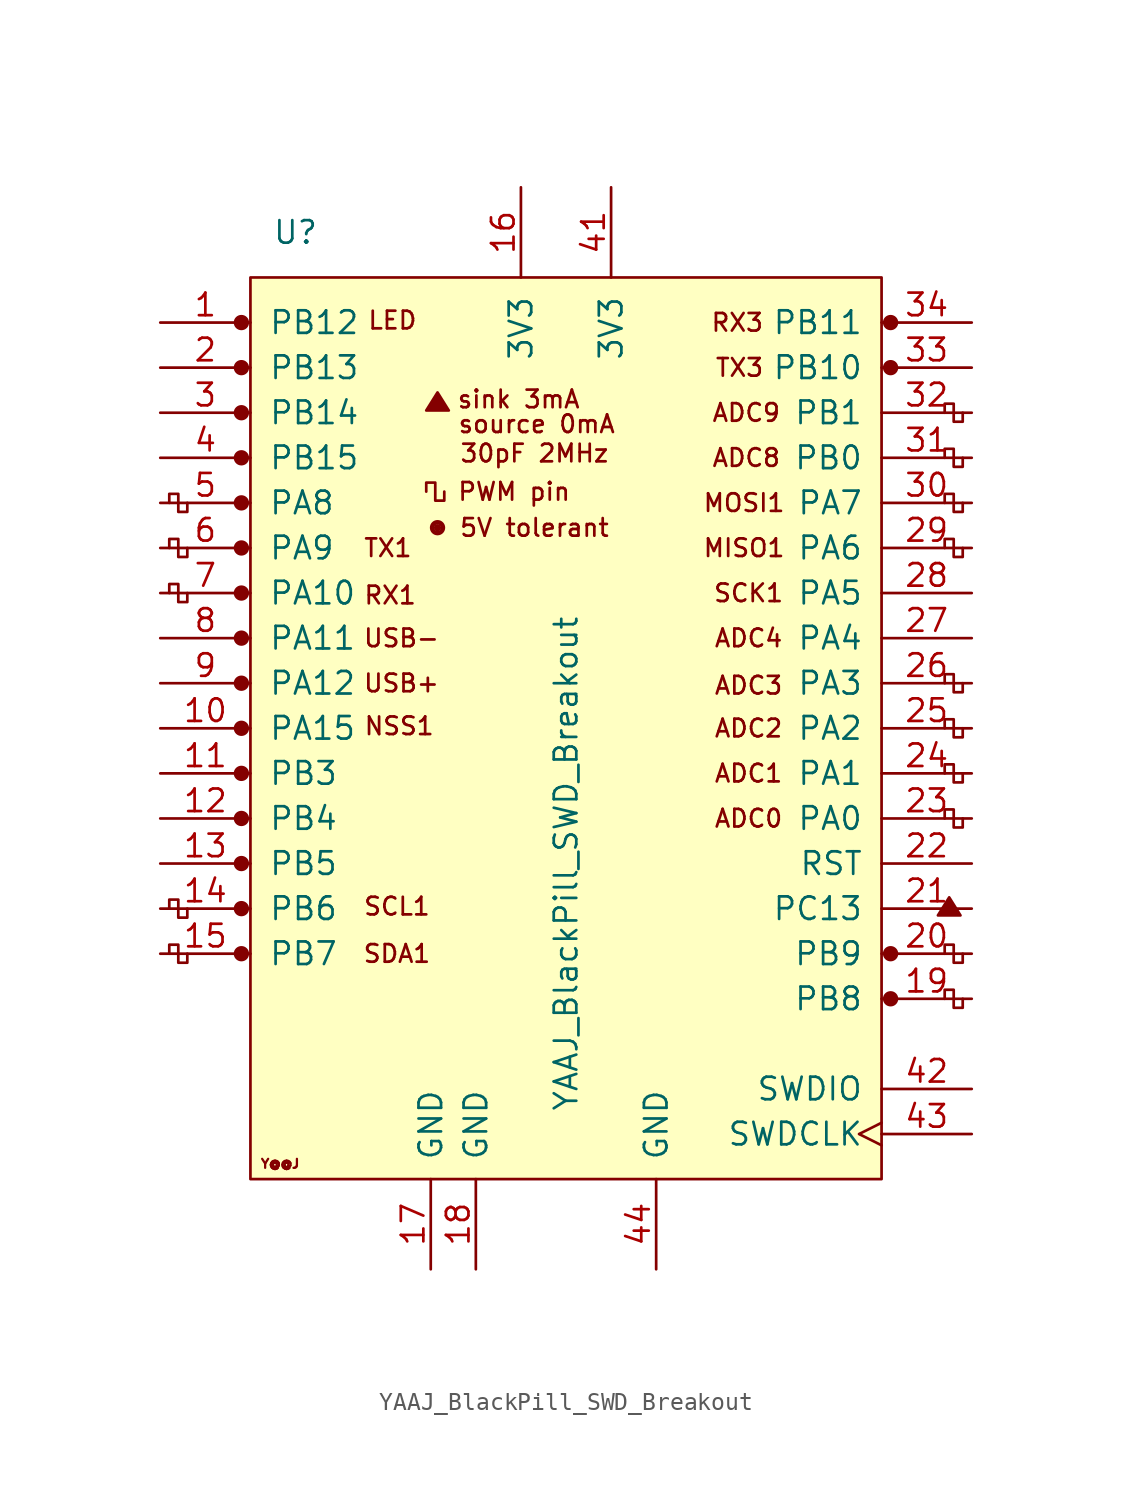
<source format=kicad_sym>
(kicad_symbol_lib
  (version 20201005)
  (generator kicad_symbol_editor)
  (symbol "MSAD2103:YAAJ_BlackPill_SWD_Breakout"
    (pin_names
      (offset 1.016))
    (property "Reference" "U"
      (at -15.24 27.94 0)
      (effects (font (size 1.27 1.27))))
    (property "Value" "YAAJ_BlackPill_SWD_Breakout"
      (at 0 -7.62 90)
      (effects (font (size 1.27 1.27))))
    (symbol "YAAJ_BlackPill_SWD_Breakout_0_0"
      (circle (center -7.239 11.303) (radius 0.254) (stroke (width 0)) (fill (type none)))
      (circle (center -7.239 11.303) (radius 0.356) (stroke (width 0)) (fill (type none)))
      (circle (center 18.288 20.32) (radius 0.356) (stroke (width 0)) (fill (type none)))
      (circle (center 18.288 22.86) (radius 0.356) (stroke (width 0)) (fill (type none)))
      (circle (center -18.288 -12.7) (radius 0.356) (stroke (width 0)) (fill (type outline)))
      (circle (center -18.288 -10.16) (radius 0.356) (stroke (width 0)) (fill (type outline)))
      (circle (center -18.288 -7.62) (radius 0.356) (stroke (width 0)) (fill (type outline)))
      (circle (center -18.288 -5.08) (radius 0.356) (stroke (width 0)) (fill (type outline)))
      (circle (center -18.288 -2.54) (radius 0.356) (stroke (width 0)) (fill (type outline)))
      (circle (center -18.288 0) (radius 0.356) (stroke (width 0)) (fill (type outline)))
      (circle (center -18.288 2.54) (radius 0.356) (stroke (width 0)) (fill (type outline)))
      (circle (center -18.288 5.08) (radius 0.356) (stroke (width 0)) (fill (type outline)))
      (circle (center -18.288 7.62) (radius 0.356) (stroke (width 0)) (fill (type outline)))
      (circle (center -18.288 10.16) (radius 0.356) (stroke (width 0)) (fill (type outline)))
      (circle (center -18.288 12.7) (radius 0.356) (stroke (width 0)) (fill (type outline)))
      (circle (center -18.288 15.24) (radius 0.356) (stroke (width 0)) (fill (type outline)))
      (circle (center -18.288 17.78) (radius 0.356) (stroke (width 0)) (fill (type outline)))
      (circle (center -18.288 22.86) (radius 0.356) (stroke (width 0)) (fill (type outline)))
      (circle (center -7.239 11.303) (radius 0.127) (stroke (width 0)) (fill (type outline)))
      (circle (center 18.288 -15.24) (radius 0.356) (stroke (width 0)) (fill (type outline)))
      (circle (center 18.288 -12.7) (radius 0.356) (stroke (width 0)) (fill (type outline)))
      (circle (center 18.288 20.32) (radius 0.254) (stroke (width 0)) (fill (type outline)))
      (circle (center 18.288 22.86) (radius 0.254) (stroke (width 0)) (fill (type outline)))
      (text "30pF 2MHz" (at -1.778 15.494 0) (effects (font (size 0.991 0.991))))
      (text "5V tolerant" (at -1.778 11.303 0) (effects (font (size 0.991 0.991))))
      (text "ADC0" (at 10.287 -5.08 0) (effects (font (size 0.991 0.991))))
      (text "ADC1" (at 10.287 -2.54 0) (effects (font (size 0.991 0.991))))
      (text "ADC2" (at 10.287 0 0) (effects (font (size 0.991 0.991))))
      (text "ADC3" (at 10.287 2.413 0) (effects (font (size 0.991 0.991))))
      (text "ADC4" (at 10.287 5.08 0) (effects (font (size 0.991 0.991))))
      (text "ADC8" (at 10.16 15.24 0) (effects (font (size 0.991 0.991))))
      (text "ADC9" (at 10.16 17.78 0) (effects (font (size 0.991 0.991))))
      (text "LED" (at -9.779 22.987 0) (effects (font (size 0.991 0.991))))
      (text "MISO1" (at 10.033 10.16 0) (effects (font (size 0.991 0.991))))
      (text "MOSI1" (at 10.033 12.7 0) (effects (font (size 0.991 0.991))))
      (text "NSS1" (at -9.398 0.127 0) (effects (font (size 0.991 0.991))))
      (text "PWM pin" (at -2.921 13.335 0) (effects (font (size 0.991 0.991))))
      (text "RX1" (at -9.906 7.493 0) (effects (font (size 0.991 0.991))))
      (text "RX3" (at 9.652 22.86 0) (effects (font (size 0.991 0.991))))
      (text "SCK1" (at 10.287 7.62 0) (effects (font (size 0.991 0.991))))
      (text "SCL1" (at -9.525 -10.033 0) (effects (font (size 0.991 0.991))))
      (text "SDA1" (at -9.525 -12.7 0) (effects (font (size 0.991 0.991))))
      (text "sink 3mA" (at -2.667 18.542 0) (effects (font (size 0.991 0.991))))
      (text "source 0mA" (at -1.651 17.145 0) (effects (font (size 0.991 0.991))))
      (text "TX1" (at -10.033 10.16 0) (effects (font (size 0.991 0.991))))
      (text "TX3" (at 9.779 20.32 0) (effects (font (size 0.991 0.991))))
      (text "USB+" (at -9.271 2.54 0) (effects (font (size 0.991 0.991))))
      (text "USB-" (at -9.271 5.08 0) (effects (font (size 0.991 0.991))))
      (text "Y@@J" (at -16.104 -24.536 0) (effects (font (size 0.508 0.508))))
      (polyline (pts (xy -7.874 17.907) (xy -7.239 18.923) (xy -6.604 17.907) (xy -7.874 17.907) (xy -7.239 18.796) (xy -6.731 17.907) (xy -7.747 18.034) (xy -7.239 18.669) (xy -6.858 17.907) (xy -7.62 18.161) (xy -7.112 18.542) (xy -6.985 17.907) (xy -7.493 18.288) (xy -6.985 18.415) (xy -7.112 18.034) (xy -7.366 18.288) (xy -7.112 18.161) (xy -7.239 18.415)) (stroke (width 0)) (fill (type none)))
      (polyline (pts (xy 20.955 -10.541) (xy 21.59 -9.525) (xy 22.225 -10.541) (xy 20.955 -10.541) (xy 21.59 -9.652) (xy 22.098 -10.541) (xy 21.082 -10.414) (xy 21.59 -9.779) (xy 21.971 -10.541) (xy 21.209 -10.287) (xy 21.717 -9.906) (xy 21.844 -10.541) (xy 21.336 -10.16) (xy 21.844 -10.033) (xy 21.717 -10.414) (xy 21.463 -10.16) (xy 21.717 -10.287) (xy 21.59 -10.033)) (stroke (width 0)) (fill (type none))))
    (symbol "YAAJ_BlackPill_SWD_Breakout_0_1"
      (rectangle (start -17.78 25.4) (end 17.78 -25.4) (stroke (width 0)) (fill (type background)))
      (polyline (pts (xy -21.336 -12.7) (xy -21.336 -13.208) (xy -21.844 -13.208) (xy -21.844 -12.192) (xy -22.352 -12.192) (xy -22.352 -12.7)) (stroke (width 0)) (fill (type none)))
      (polyline (pts (xy -21.336 -10.16) (xy -21.336 -10.668) (xy -21.844 -10.668) (xy -21.844 -9.652) (xy -22.352 -9.652) (xy -22.352 -10.16)) (stroke (width 0)) (fill (type none)))
      (polyline (pts (xy -21.336 7.62) (xy -21.336 7.112) (xy -21.844 7.112) (xy -21.844 8.128) (xy -22.352 8.128) (xy -22.352 7.62)) (stroke (width 0)) (fill (type none)))
      (polyline (pts (xy -21.336 10.16) (xy -21.336 9.652) (xy -21.844 9.652) (xy -21.844 10.668) (xy -22.352 10.668) (xy -22.352 10.16)) (stroke (width 0)) (fill (type none)))
      (polyline (pts (xy -21.336 12.7) (xy -21.336 12.192) (xy -21.844 12.192) (xy -21.844 13.208) (xy -22.352 13.208) (xy -22.352 12.7)) (stroke (width 0)) (fill (type none)))
      (polyline (pts (xy -6.858 13.335) (xy -6.858 12.827) (xy -7.366 12.827) (xy -7.366 13.843) (xy -7.874 13.843) (xy -7.874 13.335)) (stroke (width 0)) (fill (type none)))
      (polyline (pts (xy 21.336 -15.24) (xy 21.336 -14.732) (xy 21.844 -14.732) (xy 21.844 -15.748) (xy 22.352 -15.748) (xy 22.352 -15.24)) (stroke (width 0)) (fill (type none)))
      (polyline (pts (xy 21.336 -12.7) (xy 21.336 -12.192) (xy 21.844 -12.192) (xy 21.844 -13.208) (xy 22.352 -13.208) (xy 22.352 -12.7)) (stroke (width 0)) (fill (type none)))
      (polyline (pts (xy 22.352 -5.08) (xy 22.352 -5.588) (xy 21.844 -5.588) (xy 21.844 -4.572) (xy 21.336 -4.572) (xy 21.336 -5.08)) (stroke (width 0)) (fill (type none)))
      (polyline (pts (xy 22.352 -2.54) (xy 22.352 -3.048) (xy 21.844 -3.048) (xy 21.844 -2.032) (xy 21.336 -2.032) (xy 21.336 -2.54)) (stroke (width 0)) (fill (type none)))
      (polyline (pts (xy 22.352 0) (xy 22.352 -0.508) (xy 21.844 -0.508) (xy 21.844 0.508) (xy 21.336 0.508) (xy 21.336 0)) (stroke (width 0)) (fill (type none)))
      (polyline (pts (xy 22.352 2.54) (xy 22.352 2.032) (xy 21.844 2.032) (xy 21.844 3.048) (xy 21.336 3.048) (xy 21.336 2.54)) (stroke (width 0)) (fill (type none)))
      (polyline (pts (xy 22.352 10.16) (xy 22.352 9.652) (xy 21.844 9.652) (xy 21.844 10.668) (xy 21.336 10.668) (xy 21.336 10.16)) (stroke (width 0)) (fill (type none)))
      (polyline (pts (xy 22.352 12.7) (xy 22.352 12.192) (xy 21.844 12.192) (xy 21.844 13.208) (xy 21.336 13.208) (xy 21.336 12.7)) (stroke (width 0)) (fill (type none)))
      (polyline (pts (xy 22.352 15.24) (xy 22.352 14.732) (xy 21.844 14.732) (xy 21.844 15.748) (xy 21.336 15.748) (xy 21.336 15.24)) (stroke (width 0)) (fill (type none)))
      (polyline (pts (xy 22.352 17.78) (xy 22.352 17.272) (xy 21.844 17.272) (xy 21.844 18.288) (xy 21.336 18.288) (xy 21.336 17.78)) (stroke (width 0)) (fill (type none))))
    (symbol "YAAJ_BlackPill_SWD_Breakout_1_1"
      (circle (center -18.288 20.32) (radius 0.356) (stroke (width 0)) (fill (type outline)))
      (pin bidirectional line (at -22.86 22.86 0) (length 5.08) (name "PB12" (effects (font (size 1.27 1.27)))) (number "1" (effects (font (size 1.27 1.27)))))
      (pin bidirectional line (at -22.86 0 0) (length 5.08) (name "PA15" (effects (font (size 1.27 1.27)))) (number "10" (effects (font (size 1.27 1.27)))))
      (pin bidirectional line (at -22.86 -2.54 0) (length 5.08) (name "PB3" (effects (font (size 1.27 1.27)))) (number "11" (effects (font (size 1.27 1.27)))))
      (pin bidirectional line (at -22.86 -5.08 0) (length 5.08) (name "PB4" (effects (font (size 1.27 1.27)))) (number "12" (effects (font (size 1.27 1.27)))))
      (pin bidirectional line (at -22.86 -7.62 0) (length 5.08) (name "PB5" (effects (font (size 1.27 1.27)))) (number "13" (effects (font (size 1.27 1.27)))))
      (pin bidirectional line (at -22.86 -10.16 0) (length 5.08) (name "PB6" (effects (font (size 1.27 1.27)))) (number "14" (effects (font (size 1.27 1.27)))))
      (pin bidirectional line (at -22.86 -12.7 0) (length 5.08) (name "PB7" (effects (font (size 1.27 1.27)))) (number "15" (effects (font (size 1.27 1.27)))))
      (pin power_in line (at -2.54 30.48 270) (length 5.08) (name "3V3" (effects (font (size 1.27 1.27)))) (number "16" (effects (font (size 1.27 1.27)))))
      (pin power_in line (at -7.62 -30.48 90) (length 5.08) (name "GND" (effects (font (size 1.27 1.27)))) (number "17" (effects (font (size 1.27 1.27)))))
      (pin power_in line (at -5.08 -30.48 90) (length 5.08) (name "GND" (effects (font (size 1.27 1.27)))) (number "18" (effects (font (size 1.27 1.27)))))
      (pin bidirectional line (at 22.86 -15.24 180) (length 5.08) (name "PB8" (effects (font (size 1.27 1.27)))) (number "19" (effects (font (size 1.27 1.27)))))
      (pin bidirectional line (at -22.86 20.32 0) (length 5.08) (name "PB13" (effects (font (size 1.27 1.27)))) (number "2" (effects (font (size 1.27 1.27)))))
      (pin bidirectional line (at 22.86 -12.7 180) (length 5.08) (name "PB9" (effects (font (size 1.27 1.27)))) (number "20" (effects (font (size 1.27 1.27)))))
      (pin bidirectional line (at 22.86 -10.16 180) (length 5.08) (name "PC13" (effects (font (size 1.27 1.27)))) (number "21" (effects (font (size 1.27 1.27)))))
      (pin input line (at 22.86 -7.62 180) (length 5.08) (name "RST" (effects (font (size 1.27 1.27)))) (number "22" (effects (font (size 1.27 1.27)))))
      (pin bidirectional line (at 22.86 -5.08 180) (length 5.08) (name "PA0" (effects (font (size 1.27 1.27)))) (number "23" (effects (font (size 1.27 1.27)))))
      (pin bidirectional line (at 22.86 -2.54 180) (length 5.08) (name "PA1" (effects (font (size 1.27 1.27)))) (number "24" (effects (font (size 1.27 1.27)))))
      (pin bidirectional line (at 22.86 0 180) (length 5.08) (name "PA2" (effects (font (size 1.27 1.27)))) (number "25" (effects (font (size 1.27 1.27)))))
      (pin bidirectional line (at 22.86 2.54 180) (length 5.08) (name "PA3" (effects (font (size 1.27 1.27)))) (number "26" (effects (font (size 1.27 1.27)))))
      (pin bidirectional line (at 22.86 5.08 180) (length 5.08) (name "PA4" (effects (font (size 1.27 1.27)))) (number "27" (effects (font (size 1.27 1.27)))))
      (pin bidirectional line (at 22.86 7.62 180) (length 5.08) (name "PA5" (effects (font (size 1.27 1.27)))) (number "28" (effects (font (size 1.27 1.27)))))
      (pin bidirectional line (at 22.86 10.16 180) (length 5.08) (name "PA6" (effects (font (size 1.27 1.27)))) (number "29" (effects (font (size 1.27 1.27)))))
      (pin bidirectional line (at -22.86 17.78 0) (length 5.08) (name "PB14" (effects (font (size 1.27 1.27)))) (number "3" (effects (font (size 1.27 1.27)))))
      (pin bidirectional line (at 22.86 12.7 180) (length 5.08) (name "PA7" (effects (font (size 1.27 1.27)))) (number "30" (effects (font (size 1.27 1.27)))))
      (pin bidirectional line (at 22.86 15.24 180) (length 5.08) (name "PB0" (effects (font (size 1.27 1.27)))) (number "31" (effects (font (size 1.27 1.27)))))
      (pin bidirectional line (at 22.86 17.78 180) (length 5.08) (name "PB1" (effects (font (size 1.27 1.27)))) (number "32" (effects (font (size 1.27 1.27)))))
      (pin bidirectional line (at 22.86 20.32 180) (length 5.08) (name "PB10" (effects (font (size 1.27 1.27)))) (number "33" (effects (font (size 1.27 1.27)))))
      (pin bidirectional line (at 22.86 22.86 180) (length 5.08) (name "PB11" (effects (font (size 1.27 1.27)))) (number "34" (effects (font (size 1.27 1.27)))))
      (pin bidirectional line (at -22.86 15.24 0) (length 5.08) (name "PB15" (effects (font (size 1.27 1.27)))) (number "4" (effects (font (size 1.27 1.27)))))
      (pin power_in line (at 2.54 30.48 270) (length 5.08) (name "3V3" (effects (font (size 1.27 1.27)))) (number "41" (effects (font (size 1.27 1.27)))))
      (pin bidirectional line (at 22.86 -20.32 180) (length 5.08) (name "SWDIO" (effects (font (size 1.27 1.27)))) (number "42" (effects (font (size 1.27 1.27)))))
      (pin input clock (at 22.86 -22.86 180) (length 5.08) (name "SWDCLK" (effects (font (size 1.27 1.27)))) (number "43" (effects (font (size 1.27 1.27)))))
      (pin power_in line (at 5.08 -30.48 90) (length 5.08) (name "GND" (effects (font (size 1.27 1.27)))) (number "44" (effects (font (size 1.27 1.27)))))
      (pin bidirectional line (at -22.86 12.7 0) (length 5.08) (name "PA8" (effects (font (size 1.27 1.27)))) (number "5" (effects (font (size 1.27 1.27)))))
      (pin bidirectional line (at -22.86 10.16 0) (length 5.08) (name "PA9" (effects (font (size 1.27 1.27)))) (number "6" (effects (font (size 1.27 1.27)))))
      (pin bidirectional line (at -22.86 7.62 0) (length 5.08) (name "PA10" (effects (font (size 1.27 1.27)))) (number "7" (effects (font (size 1.27 1.27)))))
      (pin bidirectional line (at -22.86 5.08 0) (length 5.08) (name "PA11" (effects (font (size 1.27 1.27)))) (number "8" (effects (font (size 1.27 1.27)))))
      (pin bidirectional line (at -22.86 2.54 0) (length 5.08) (name "PA12" (effects (font (size 1.27 1.27)))) (number "9" (effects (font (size 1.27 1.27))))))))
</source>
